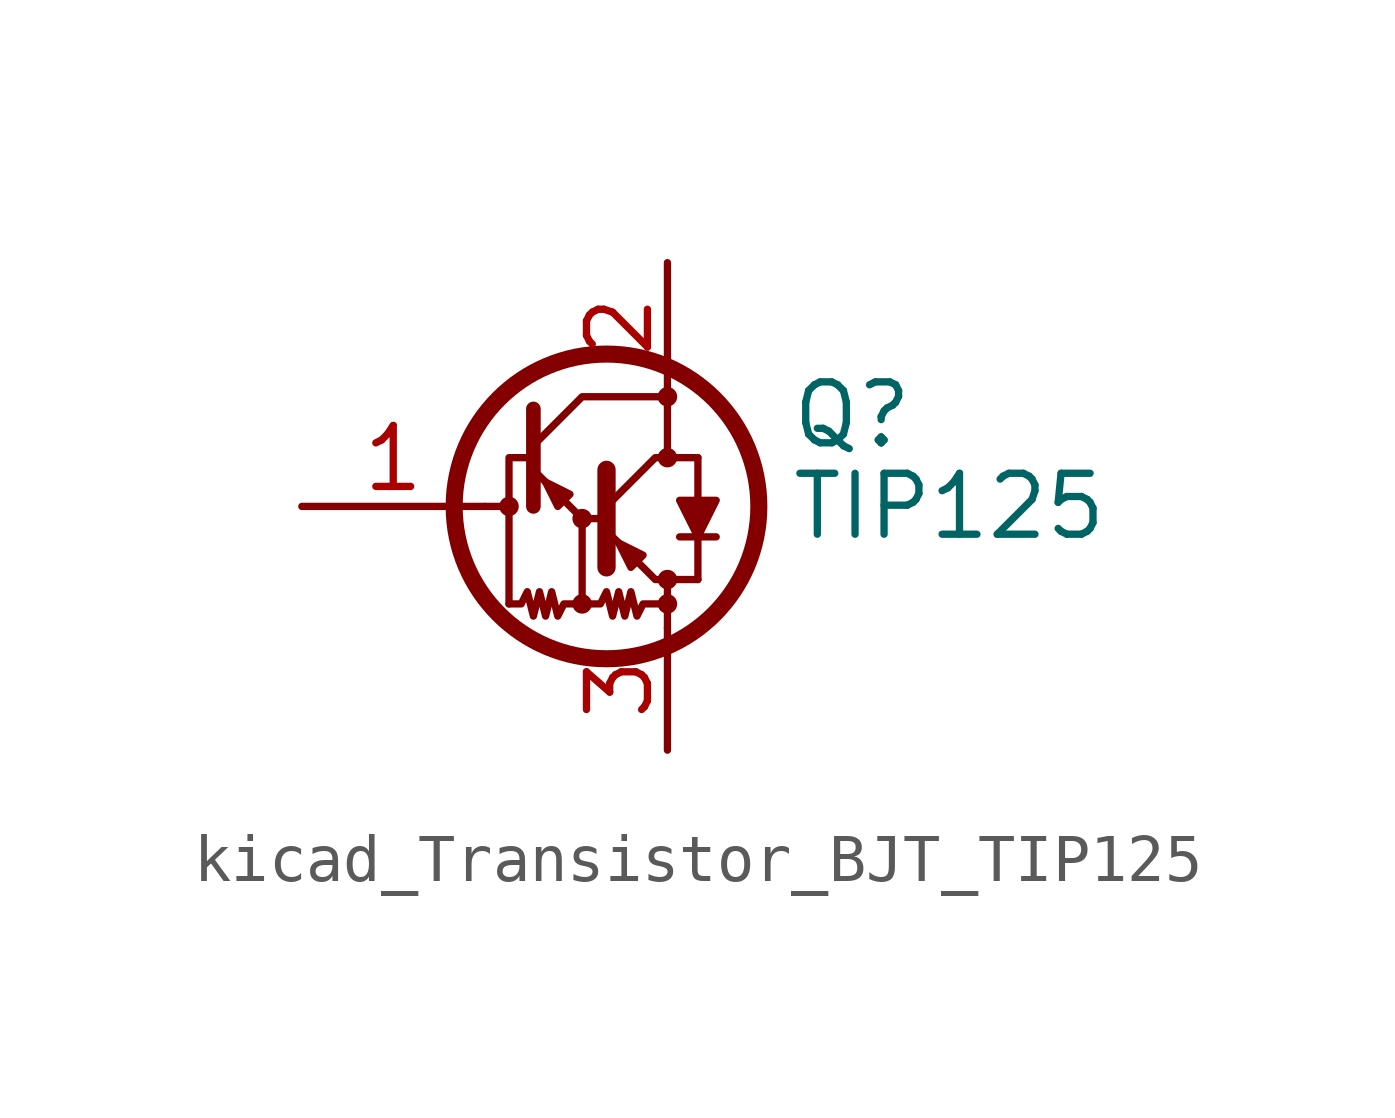
<source format=kicad_sym>
(kicad_symbol_lib
  (version 20220914)
  (generator kicad_symbol_editor)
  (symbol "kicad_Transistor_BJT_TIP125"
    (pin_names
      (offset 0) hide)
    (property "Reference" "Q"
      (at 5.08 1.905 0)
      (effects (font (size 1.27 1.27)) (justify left)))
    (property "Value" "TIP125"
      (at 5.08 0 0)
      (effects (font (size 1.27 1.27)) (justify left)))
    (symbol "kicad_Transistor_BJT_TIP125_0_1"
      (circle (center -0.762 0) (radius 0.127) (stroke (width 0) (type default)) (fill (type none)))
      (polyline (pts (xy -1.27 0) (xy -0.889 0)) (stroke (width 0) (type default)) (fill (type none)))
      (polyline (pts (xy 2.54 -2.032) (xy 2.54 -2.54)) (stroke (width 0) (type default)) (fill (type none)))
      (polyline (pts (xy 2.54 -1.524) (xy 3.175 -1.524)) (stroke (width 0) (type default)) (fill (type none)))
      (polyline (pts (xy 2.794 -0.635) (xy 3.556 -0.635)) (stroke (width 0) (type default)) (fill (type none)))
      (polyline (pts (xy 3.175 -1.524) (xy 3.175 -0.635)) (stroke (width 0) (type default)) (fill (type none)))
      (polyline (pts (xy 3.175 0.127) (xy 3.175 1.016)) (stroke (width 0) (type default)) (fill (type none)))
      (polyline (pts (xy 3.175 1.016) (xy 2.54 1.016)) (stroke (width 0) (type default)) (fill (type none)))
      (polyline (pts (xy -0.254 0.762) (xy 0.762 -0.254) (xy 1.27 -0.254)) (stroke (width 0) (type default)) (fill (type none)))
      (polyline (pts (xy -0.254 1.016) (xy -0.762 1.016) (xy -0.762 -2.032)) (stroke (width 0) (type default)) (fill (type none)))
      (polyline (pts (xy -0.254 1.27) (xy 0.762 2.286) (xy 2.54 2.286)) (stroke (width 0) (type default)) (fill (type none)))
      (polyline (pts (xy -0.254 2.032) (xy -0.254 0) (xy -0.254 0)) (stroke (width 0.305) (type default)) (fill (type none)))
      (polyline (pts (xy 1.27 0.762) (xy 1.27 -1.27) (xy 1.27 -1.27)) (stroke (width 0.381) (type default)) (fill (type none)))
      (polyline (pts (xy 0 0.508) (xy 0.254 0) (xy 0.508 0.254) (xy 0 0.508)) (stroke (width 0) (type default)) (fill (type none)))
      (polyline (pts (xy 1.27 -0.508) (xy 2.286 -1.524) (xy 2.54 -1.524) (xy 2.54 -2.032)) (stroke (width 0) (type default)) (fill (type none)))
      (polyline (pts (xy 1.27 0) (xy 2.286 1.016) (xy 2.54 1.016) (xy 2.54 2.286)) (stroke (width 0) (type default)) (fill (type none)))
      (polyline (pts (xy 1.524 -0.762) (xy 1.778 -1.27) (xy 2.032 -1.016) (xy 1.524 -0.762)) (stroke (width 0) (type default)) (fill (type none)))
      (polyline (pts (xy 3.175 -0.635) (xy 2.794 0.127) (xy 3.556 0.127) (xy 3.175 -0.635)) (stroke (width 0) (type default)) (fill (type outline)))
      (polyline (pts (xy 0.762 -2.032) (xy 0.381 -2.032) (xy 0.254 -2.286) (xy 0.127 -1.778) (xy 0 -2.286) (xy -0.127 -1.778) (xy -0.254 -2.286) (xy -0.381 -1.778) (xy -0.508 -2.032) (xy -0.762 -2.032)) (stroke (width 0) (type default)) (fill (type none)))
      (polyline (pts (xy 0.762 -0.254) (xy 0.762 -2.032) (xy 1.143 -2.032) (xy 1.27 -1.778) (xy 1.397 -2.286) (xy 1.524 -1.778) (xy 1.651 -2.286) (xy 1.778 -1.778) (xy 1.905 -2.286) (xy 2.032 -2.032) (xy 2.54 -2.032)) (stroke (width 0) (type default)) (fill (type none)))
      (circle (center 0.762 -2.032) (radius 0.127) (stroke (width 0) (type default)) (fill (type none)))
      (circle (center 0.762 -0.254) (radius 0.127) (stroke (width 0) (type default)) (fill (type none)))
      (circle (center 1.27 0) (radius 3.175) (stroke (width 0.356) (type default)) (fill (type none)))
      (circle (center 2.54 -2.032) (radius 0.127) (stroke (width 0) (type default)) (fill (type none)))
      (circle (center 2.54 -1.524) (radius 0.127) (stroke (width 0) (type default)) (fill (type none)))
      (circle (center 2.54 1.016) (radius 0.127) (stroke (width 0) (type default)) (fill (type none)))
      (circle (center 2.54 2.286) (radius 0.127) (stroke (width 0) (type default)) (fill (type none))))
    (symbol "kicad_Transistor_BJT_TIP125_1_1"
      (pin input line (at -5.08 0 0) (length 3.81) (name "B" (effects (font (size 1.27 1.27)))) (number "1" (effects (font (size 1.27 1.27)))))
      (pin passive line (at 2.54 5.08 270) (length 2.667) (name "C" (effects (font (size 1.27 1.27)))) (number "2" (effects (font (size 1.27 1.27)))))
      (pin passive line (at 2.54 -5.08 90) (length 2.54) (name "E" (effects (font (size 1.27 1.27)))) (number "3" (effects (font (size 1.27 1.27))))))))
</source>
